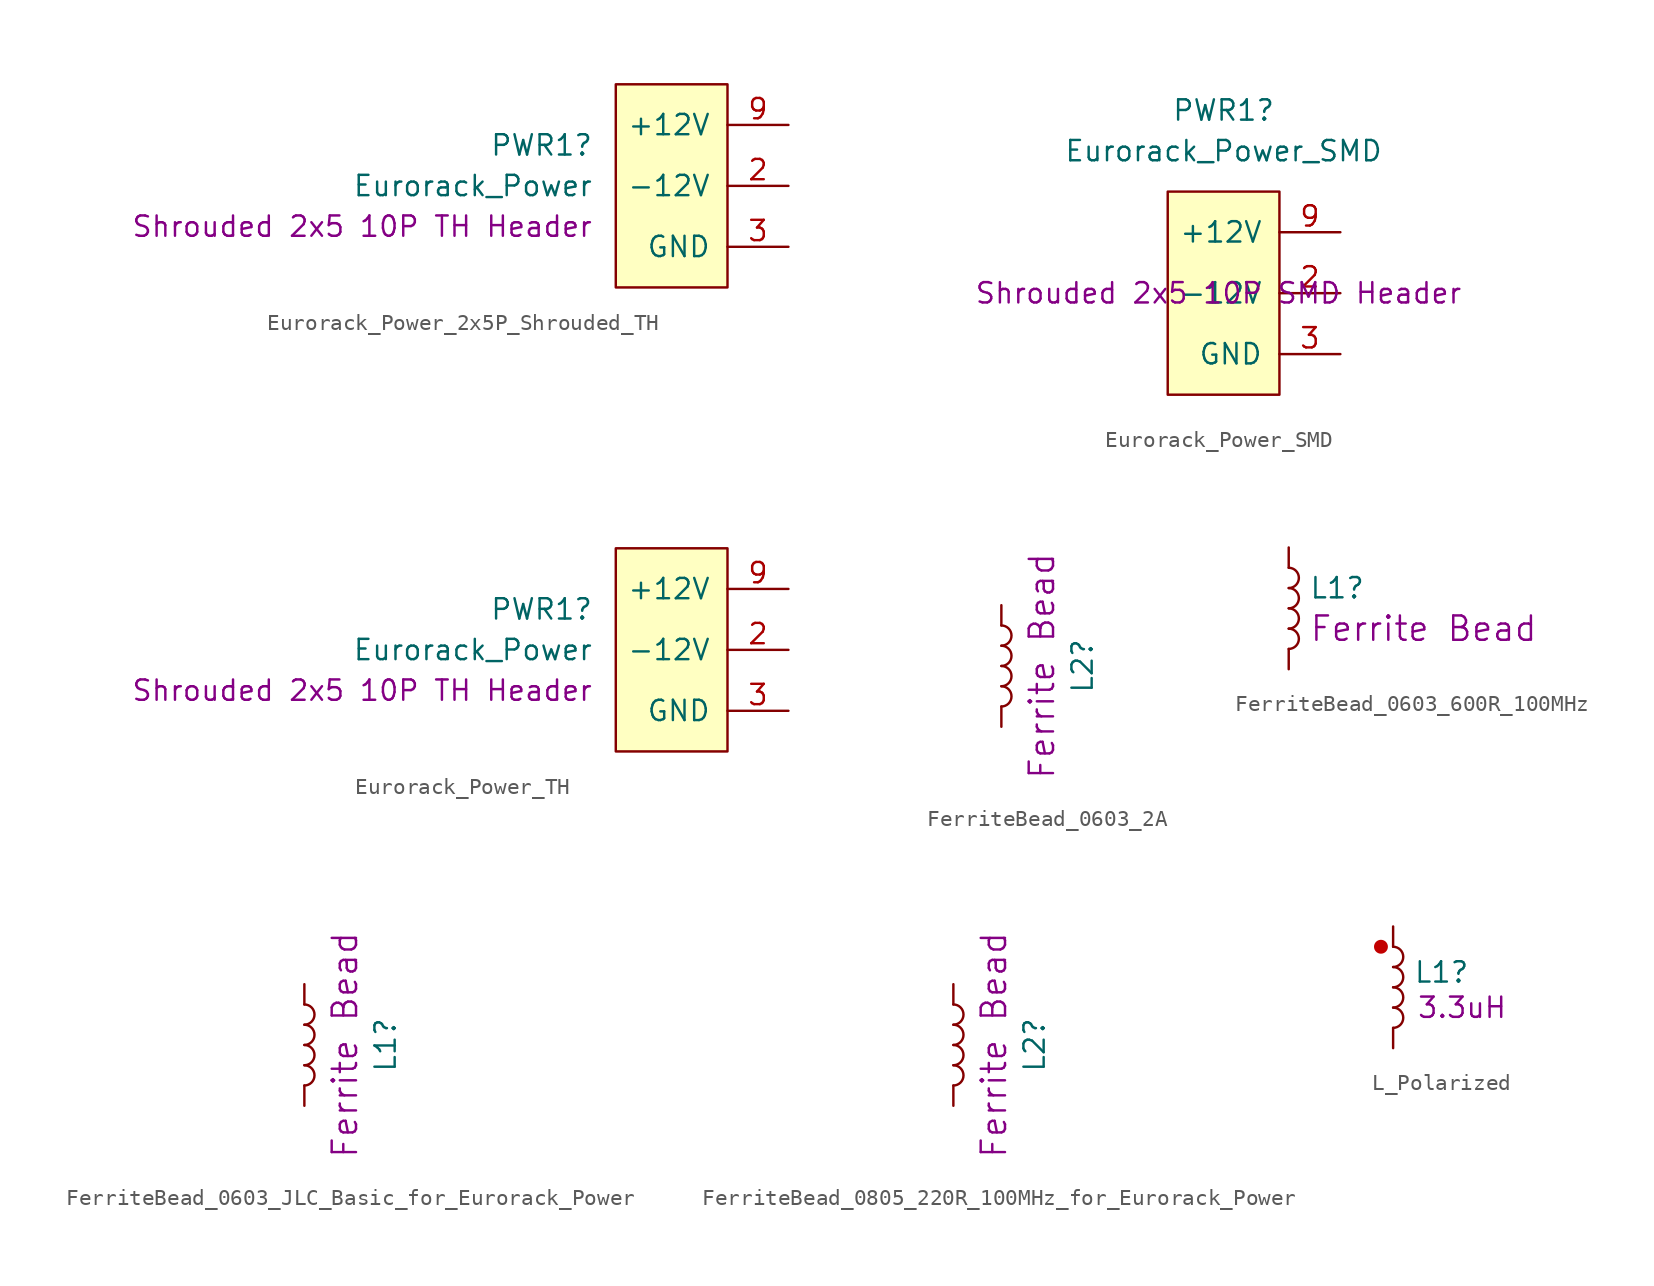
<source format=kicad_sym>
(kicad_symbol_lib
  (version 20241209)
  (generator "kicad_symbol_editor")
  (generator_version "9.0")
  (symbol "Eurorack_Power_2x5P_Shrouded_TH"
    (pin_names
      (offset 1.016))
    (property "Reference" "PWR1"
      (at -4.572 2.54 0)
      (effects (font (size 1.27 1.27)) (justify right)))
    (property "Value" "Eurorack_Power"
      (at -4.572 0 0)
      (effects (font (size 1.27 1.27)) (justify right)))
    (property "Description" "Shrouded 2x5 10P TH Header"
      (at -4.572 -2.54 0)
      (effects (font (size 1.27 1.27)) (justify right)))
    (symbol "Eurorack_Power_2x5P_Shrouded_TH_0_1"
      (rectangle (start -3.175 6.35) (end 3.81 -6.35) (stroke (width 0) (type default)) (fill (type background))))
    (symbol "Eurorack_Power_2x5P_Shrouded_TH_1_1"
      (pin passive line (at 7.62 3.81 180) (length 3.81) (hide yes) (name "+12V" (effects (font (size 1.27 1.27)))) (number "10" (effects (font (size 1.27 1.27)))))
      (pin power_out line (at 7.62 3.81 180) (length 3.81) (name "+12V" (effects (font (size 1.27 1.27)))) (number "9" (effects (font (size 1.27 1.27)))))
      (pin power_out line (at 7.62 0 180) (length 3.81) (hide yes) (name "-12V" (effects (font (size 1.27 1.27)))) (number "1" (effects (font (size 1.27 1.27)))))
      (pin passive line (at 7.62 0 180) (length 3.81) (name "-12V" (effects (font (size 1.27 1.27)))) (number "2" (effects (font (size 1.27 1.27)))))
      (pin power_out line (at 7.62 -3.81 180) (length 3.81) (name "GND" (effects (font (size 1.27 1.27)))) (number "3" (effects (font (size 1.27 1.27)))))
      (pin passive line (at 7.62 -3.81 180) (length 3.81) (hide yes) (name "GND" (effects (font (size 1.27 1.27)))) (number "4" (effects (font (size 1.27 1.27)))))
      (pin passive line (at 7.62 -3.81 180) (length 3.81) (hide yes) (name "GND" (effects (font (size 1.27 1.27)))) (number "5" (effects (font (size 1.27 1.27)))))
      (pin passive line (at 7.62 -3.81 180) (length 3.81) (hide yes) (name "GND" (effects (font (size 1.27 1.27)))) (number "6" (effects (font (size 1.27 1.27)))))
      (pin passive line (at 7.62 -3.81 180) (length 3.81) (hide yes) (name "GND" (effects (font (size 1.27 1.27)))) (number "7" (effects (font (size 1.27 1.27)))))
      (pin passive line (at 7.62 -3.81 180) (length 3.81) (hide yes) (name "GND" (effects (font (size 1.27 1.27)))) (number "8" (effects (font (size 1.27 1.27)))))))
  (symbol "Eurorack_Power_SMD"
    (pin_names
      (offset 1.016))
    (property "Reference" "PWR1"
      (at 0.318 11.43 0)
      (effects (font (size 1.27 1.27))))
    (property "Value" "Eurorack_Power_SMD"
      (at 0.318 8.89 0)
      (effects (font (size 1.27 1.27))))
    (property "Description" "Shrouded 2x5 10P SMD Header"
      (at 0 0 0)
      (effects (font (size 1.27 1.27))))
    (symbol "Eurorack_Power_SMD_0_1"
      (rectangle (start -3.175 6.35) (end 3.81 -6.35) (stroke (width 0) (type default)) (fill (type background))))
    (symbol "Eurorack_Power_SMD_1_1"
      (pin passive line (at 7.62 3.81 180) (length 3.81) (hide yes) (name "+12V" (effects (font (size 1.27 1.27)))) (number "10" (effects (font (size 1.27 1.27)))))
      (pin power_out line (at 7.62 3.81 180) (length 3.81) (name "+12V" (effects (font (size 1.27 1.27)))) (number "9" (effects (font (size 1.27 1.27)))))
      (pin power_out line (at 7.62 0 180) (length 3.81) (hide yes) (name "-12V" (effects (font (size 1.27 1.27)))) (number "1" (effects (font (size 1.27 1.27)))))
      (pin passive line (at 7.62 0 180) (length 3.81) (name "-12V" (effects (font (size 1.27 1.27)))) (number "2" (effects (font (size 1.27 1.27)))))
      (pin power_out line (at 7.62 -3.81 180) (length 3.81) (name "GND" (effects (font (size 1.27 1.27)))) (number "3" (effects (font (size 1.27 1.27)))))
      (pin passive line (at 7.62 -3.81 180) (length 3.81) (hide yes) (name "GND" (effects (font (size 1.27 1.27)))) (number "4" (effects (font (size 1.27 1.27)))))
      (pin passive line (at 7.62 -3.81 180) (length 3.81) (hide yes) (name "GND" (effects (font (size 1.27 1.27)))) (number "5" (effects (font (size 1.27 1.27)))))
      (pin passive line (at 7.62 -3.81 180) (length 3.81) (hide yes) (name "GND" (effects (font (size 1.27 1.27)))) (number "6" (effects (font (size 1.27 1.27)))))
      (pin passive line (at 7.62 -3.81 180) (length 3.81) (hide yes) (name "GND" (effects (font (size 1.27 1.27)))) (number "7" (effects (font (size 1.27 1.27)))))
      (pin passive line (at 7.62 -3.81 180) (length 3.81) (hide yes) (name "GND" (effects (font (size 1.27 1.27)))) (number "8" (effects (font (size 1.27 1.27)))))))
  (symbol "Eurorack_Power_TH"
    (pin_names
      (offset 1.016))
    (property "Reference" "PWR1"
      (at -4.572 2.54 0)
      (effects (font (size 1.27 1.27)) (justify right)))
    (property "Value" "Eurorack_Power"
      (at -4.572 0 0)
      (effects (font (size 1.27 1.27)) (justify right)))
    (property "Description" "Shrouded 2x5 10P TH Header"
      (at -4.572 -2.54 0)
      (effects (font (size 1.27 1.27)) (justify right)))
    (symbol "Eurorack_Power_TH_0_1"
      (rectangle (start -3.175 6.35) (end 3.81 -6.35) (stroke (width 0) (type default)) (fill (type background))))
    (symbol "Eurorack_Power_TH_1_1"
      (pin passive line (at 7.62 3.81 180) (length 3.81) (hide yes) (name "+12V" (effects (font (size 1.27 1.27)))) (number "10" (effects (font (size 1.27 1.27)))))
      (pin power_out line (at 7.62 3.81 180) (length 3.81) (name "+12V" (effects (font (size 1.27 1.27)))) (number "9" (effects (font (size 1.27 1.27)))))
      (pin power_out line (at 7.62 0 180) (length 3.81) (hide yes) (name "-12V" (effects (font (size 1.27 1.27)))) (number "1" (effects (font (size 1.27 1.27)))))
      (pin passive line (at 7.62 0 180) (length 3.81) (name "-12V" (effects (font (size 1.27 1.27)))) (number "2" (effects (font (size 1.27 1.27)))))
      (pin power_out line (at 7.62 -3.81 180) (length 3.81) (name "GND" (effects (font (size 1.27 1.27)))) (number "3" (effects (font (size 1.27 1.27)))))
      (pin passive line (at 7.62 -3.81 180) (length 3.81) (hide yes) (name "GND" (effects (font (size 1.27 1.27)))) (number "4" (effects (font (size 1.27 1.27)))))
      (pin passive line (at 7.62 -3.81 180) (length 3.81) (hide yes) (name "GND" (effects (font (size 1.27 1.27)))) (number "5" (effects (font (size 1.27 1.27)))))
      (pin passive line (at 7.62 -3.81 180) (length 3.81) (hide yes) (name "GND" (effects (font (size 1.27 1.27)))) (number "6" (effects (font (size 1.27 1.27)))))
      (pin passive line (at 7.62 -3.81 180) (length 3.81) (hide yes) (name "GND" (effects (font (size 1.27 1.27)))) (number "7" (effects (font (size 1.27 1.27)))))
      (pin passive line (at 7.62 -3.81 180) (length 3.81) (hide yes) (name "GND" (effects (font (size 1.27 1.27)))) (number "8" (effects (font (size 1.27 1.27)))))))
  (symbol "FerriteBead_0603_2A"
    (pin_numbers
      (hide yes))
    (pin_names
      (offset 1.016)
      (hide yes))
    (property "Reference" "L2"
      (at 5.08 0 90)
      (effects (font (size 1.27 1.27))))
    (property "Display" "Ferrite Bead"
      (at 2.54 0 90)
      (effects (font (size 1.524 1.524))))
    (symbol "FerriteBead_0603_2A_0_1"
      (arc (start 0 2.54) (mid 0.6323 1.905) (end 0 1.27) (stroke (width 0) (type default)) (fill (type none)))
      (arc (start 0 1.27) (mid 0.6323 0.635) (end 0 0) (stroke (width 0) (type default)) (fill (type none)))
      (arc (start 0 0) (mid 0.6323 -0.635) (end 0 -1.27) (stroke (width 0) (type default)) (fill (type none)))
      (arc (start 0 -1.27) (mid 0.6323 -1.905) (end 0 -2.54) (stroke (width 0) (type default)) (fill (type none))))
    (symbol "FerriteBead_0603_2A_1_1"
      (pin passive line (at 0 3.81 270) (length 1.27) (name "1" (effects (font (size 1.27 1.27)))) (number "1" (effects (font (size 1.27 1.27)))))
      (pin passive line (at 0 -3.81 90) (length 1.27) (name "2" (effects (font (size 1.27 1.27)))) (number "2" (effects (font (size 1.27 1.27)))))))
  (symbol "FerriteBead_0603_600R_100MHz"
    (pin_numbers
      (hide yes))
    (pin_names
      (offset 1.016)
      (hide yes))
    (property "Reference" "L1"
      (at 1.27 1.27 0)
      (effects (font (size 1.27 1.27)) (justify left)))
    (property "Display" "Ferrite Bead"
      (at 1.27 -1.27 0)
      (effects (font (size 1.524 1.524)) (justify left)))
    (symbol "FerriteBead_0603_600R_100MHz_0_1"
      (arc (start 0 2.54) (mid 0.6323 1.905) (end 0 1.27) (stroke (width 0) (type default)) (fill (type none)))
      (arc (start 0 1.27) (mid 0.6323 0.635) (end 0 0) (stroke (width 0) (type default)) (fill (type none)))
      (arc (start 0 0) (mid 0.6323 -0.635) (end 0 -1.27) (stroke (width 0) (type default)) (fill (type none)))
      (arc (start 0 -1.27) (mid 0.6323 -1.905) (end 0 -2.54) (stroke (width 0) (type default)) (fill (type none))))
    (symbol "FerriteBead_0603_600R_100MHz_1_1"
      (pin passive line (at 0 3.81 270) (length 1.27) (name "1" (effects (font (size 1.27 1.27)))) (number "1" (effects (font (size 1.27 1.27)))))
      (pin passive line (at 0 -3.81 90) (length 1.27) (name "2" (effects (font (size 1.27 1.27)))) (number "2" (effects (font (size 1.27 1.27)))))))
  (symbol "FerriteBead_0603_JLC_Basic_for_Eurorack_Power"
    (pin_numbers
      (hide yes))
    (pin_names
      (offset 1.016)
      (hide yes))
    (property "Reference" "L1"
      (at 5.08 0 90)
      (effects (font (size 1.27 1.27))))
    (property "Display" "Ferrite Bead"
      (at 2.54 0 90)
      (effects (font (size 1.524 1.524))))
    (symbol "FerriteBead_0603_JLC_Basic_for_Eurorack_Power_0_1"
      (arc (start 0 2.54) (mid 0.6323 1.905) (end 0 1.27) (stroke (width 0) (type default)) (fill (type none)))
      (arc (start 0 1.27) (mid 0.6323 0.635) (end 0 0) (stroke (width 0) (type default)) (fill (type none)))
      (arc (start 0 0) (mid 0.6323 -0.635) (end 0 -1.27) (stroke (width 0) (type default)) (fill (type none)))
      (arc (start 0 -1.27) (mid 0.6323 -1.905) (end 0 -2.54) (stroke (width 0) (type default)) (fill (type none))))
    (symbol "FerriteBead_0603_JLC_Basic_for_Eurorack_Power_1_1"
      (pin passive line (at 0 3.81 270) (length 1.27) (name "1" (effects (font (size 1.27 1.27)))) (number "1" (effects (font (size 1.27 1.27)))))
      (pin passive line (at 0 -3.81 90) (length 1.27) (name "2" (effects (font (size 1.27 1.27)))) (number "2" (effects (font (size 1.27 1.27)))))))
  (symbol "FerriteBead_0805_220R_100MHz_for_Eurorack_Power"
    (pin_numbers
      (hide yes))
    (pin_names
      (offset 1.016)
      (hide yes))
    (property "Reference" "L2"
      (at 5.08 0 90)
      (effects (font (size 1.27 1.27))))
    (property "Display" "Ferrite Bead"
      (at 2.54 0 90)
      (effects (font (size 1.524 1.524))))
    (symbol "FerriteBead_0805_220R_100MHz_for_Eurorack_Power_0_1"
      (arc (start 0 2.54) (mid 0.6323 1.905) (end 0 1.27) (stroke (width 0) (type default)) (fill (type none)))
      (arc (start 0 1.27) (mid 0.6323 0.635) (end 0 0) (stroke (width 0) (type default)) (fill (type none)))
      (arc (start 0 0) (mid 0.6323 -0.635) (end 0 -1.27) (stroke (width 0) (type default)) (fill (type none)))
      (arc (start 0 -1.27) (mid 0.6323 -1.905) (end 0 -2.54) (stroke (width 0) (type default)) (fill (type none))))
    (symbol "FerriteBead_0805_220R_100MHz_for_Eurorack_Power_1_1"
      (pin passive line (at 0 3.81 270) (length 1.27) (name "1" (effects (font (size 1.27 1.27)))) (number "1" (effects (font (size 1.27 1.27)))))
      (pin passive line (at 0 -3.81 90) (length 1.27) (name "2" (effects (font (size 1.27 1.27)))) (number "2" (effects (font (size 1.27 1.27)))))))
  (symbol "L_Polarized"
    (pin_numbers
      (hide yes))
    (pin_names
      (offset 1.016)
      (hide yes))
    (property "Reference" "L1"
      (at 1.27 0.942 0)
      (effects (font (size 1.27 1.27)) (justify left)))
    (property "Display" "3.3uH"
      (at 4.318 -1.27 0)
      (effects (font (size 1.27 1.27))))
    (symbol "L_Polarized_0_1"
      (arc (start 0 2.54) (mid 0.6323 1.905) (end 0 1.27) (stroke (width 0) (type default)) (fill (type none)))
      (arc (start 0 1.27) (mid 0.6323 0.635) (end 0 0) (stroke (width 0) (type default)) (fill (type none)))
      (arc (start 0 0) (mid 0.6323 -0.635) (end 0 -1.27) (stroke (width 0) (type default)) (fill (type none)))
      (arc (start 0 -1.27) (mid 0.6323 -1.905) (end 0 -2.54) (stroke (width 0) (type default)) (fill (type none))))
    (symbol "L_Polarized_1_1"
      (circle (center -0.762 2.54) (radius 0.359) (stroke (width 0) (type solid) (color 194 0 0 1)) (fill (type color) (color 194 0 0 1)))
      (pin passive line (at 0 3.81 270) (length 1.27) (name "1" (effects (font (size 1.27 1.27)))) (number "1" (effects (font (size 1.27 1.27)))))
      (pin passive line (at 0 -3.81 90) (length 1.27) (name "2" (effects (font (size 1.27 1.27)))) (number "2" (effects (font (size 1.27 1.27))))))))
</source>
